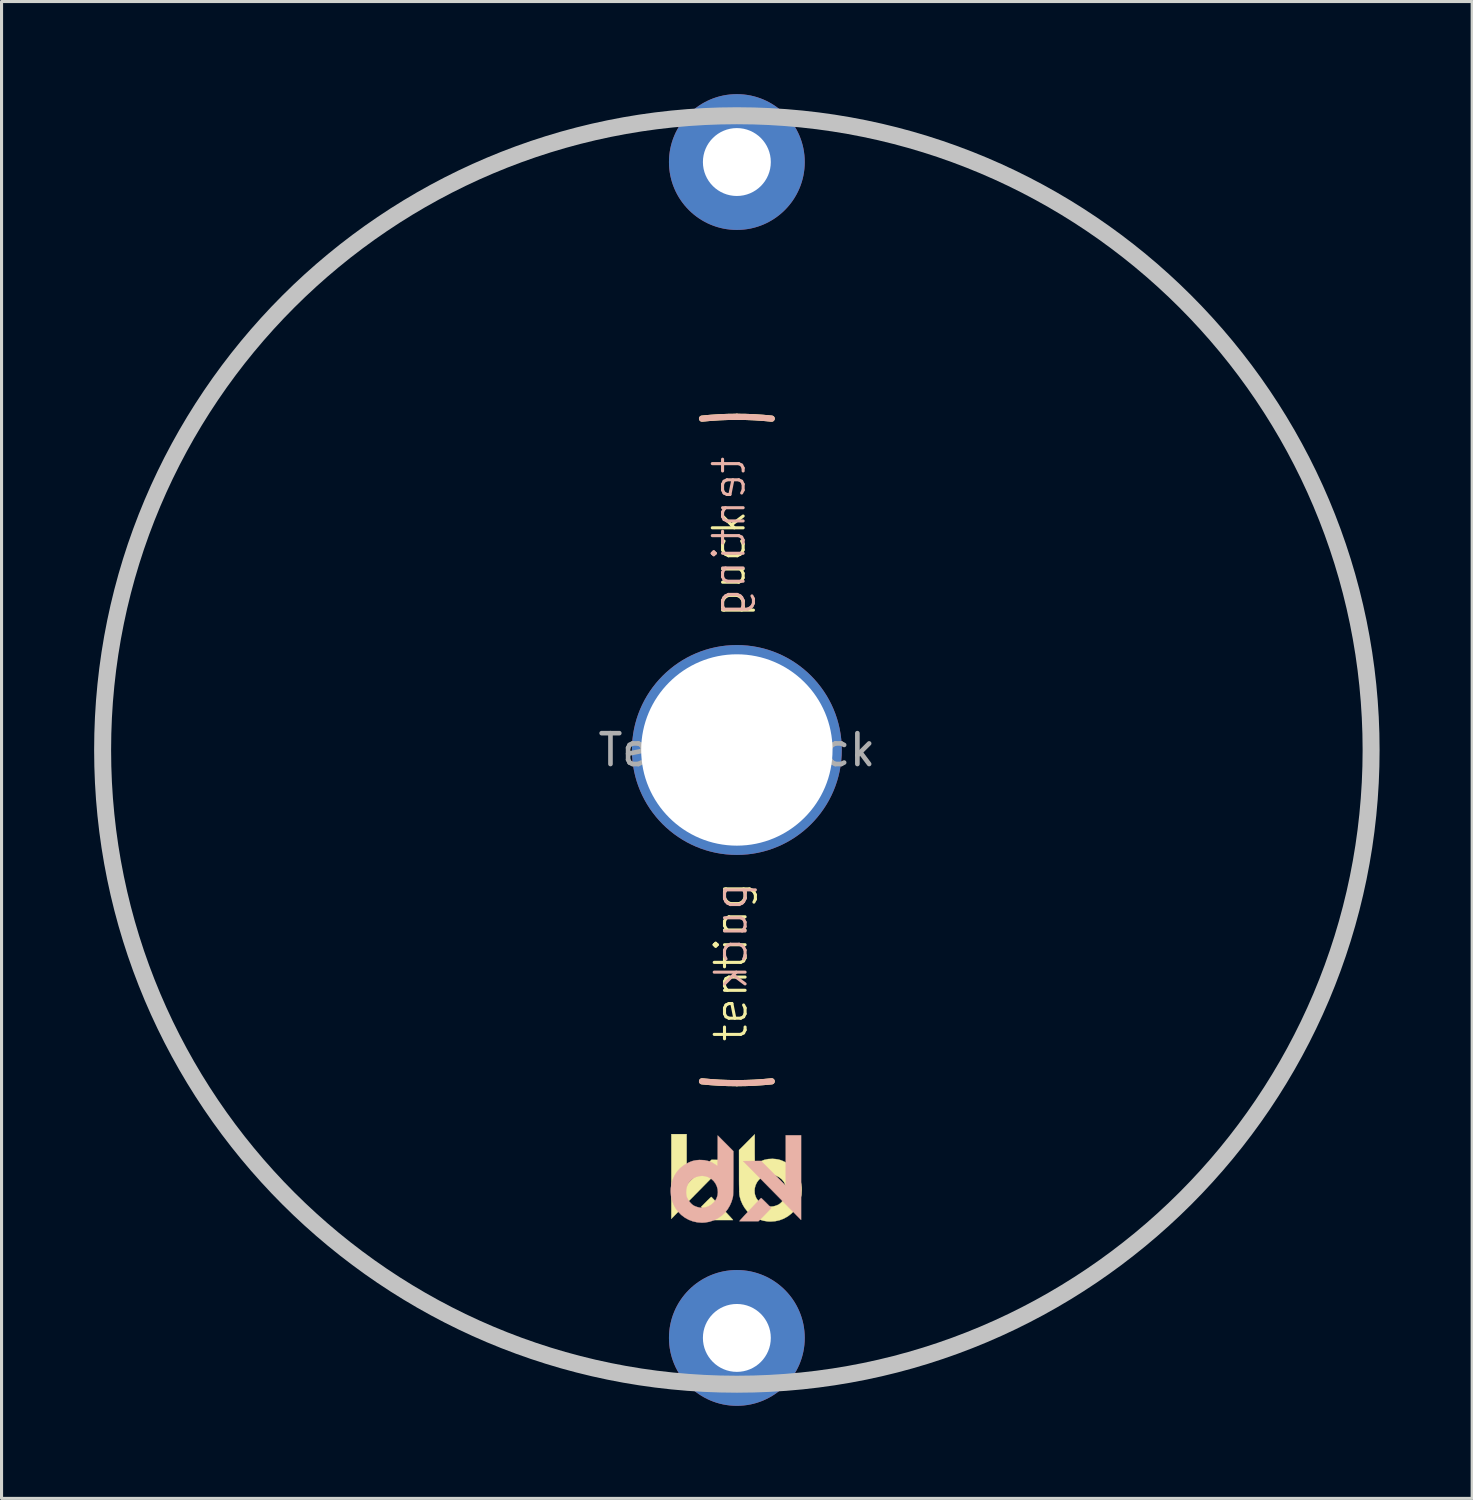
<source format=kicad_pcb>
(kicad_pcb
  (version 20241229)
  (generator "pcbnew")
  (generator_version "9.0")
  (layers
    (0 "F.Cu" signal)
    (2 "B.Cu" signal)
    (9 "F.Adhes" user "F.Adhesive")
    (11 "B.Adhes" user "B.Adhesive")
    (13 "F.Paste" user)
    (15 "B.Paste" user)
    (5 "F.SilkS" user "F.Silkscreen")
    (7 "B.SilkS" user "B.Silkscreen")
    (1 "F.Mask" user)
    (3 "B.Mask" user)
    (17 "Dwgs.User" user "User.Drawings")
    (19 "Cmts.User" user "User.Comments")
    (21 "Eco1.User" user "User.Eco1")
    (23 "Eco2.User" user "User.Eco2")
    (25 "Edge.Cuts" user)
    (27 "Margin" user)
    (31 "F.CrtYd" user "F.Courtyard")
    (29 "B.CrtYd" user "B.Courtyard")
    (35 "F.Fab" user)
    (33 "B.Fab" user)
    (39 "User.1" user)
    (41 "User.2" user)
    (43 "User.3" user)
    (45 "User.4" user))
  (footprint "TentingPuck"
    (layer "F.Cu")
    (at 20.825 21.25)
    (property "Reference" "TentingPuck" (at 0 0 0) (layer "F.Fab") (effects (font (size 1 1) (thickness 0.15))))
    (attr exclude_from_pos_files exclude_from_bom)
    (fp_arc (start -20.32 -2.8575) (mid -19.91151 -4.959786) (end -19.286134 -7.008048) (stroke (width 0.2) (type solid)) (layer "F.SilkS"))
    (fp_arc (start -19.286134 7.008047) (mid -19.91151 4.959786) (end -20.32 2.8575) (stroke (width 0.2) (type solid)) (layer "F.SilkS"))
    (fp_arc (start -7.008048 -19.286134) (mid -4.959786 -19.91151) (end -2.8575 -20.32) (stroke (width 0.2) (type solid)) (layer "F.SilkS"))
    (fp_arc (start -2.8575 20.32) (mid -4.959785 19.91151) (end -7.008046 19.286135) (stroke (width 0.2) (type solid)) (layer "F.SilkS"))
    (fp_arc (start -1.128385 -10.735864) (mid -0.564967 -10.780206) (end 0 -10.795) (stroke (width 0.2) (type solid)) (layer "F.SilkS"))
    (fp_arc (start 0 -10.795) (mid 0.564967 -10.780206) (end 1.128385 -10.735864) (stroke (width 0.2) (type solid)) (layer "F.SilkS"))
    (fp_arc (start 0 10.795) (mid -0.564967 10.780206) (end -1.128385 10.735864) (stroke (width 0.2) (type solid)) (layer "F.SilkS"))
    (fp_arc (start 1.128385 10.735864) (mid 0.564967 10.780206) (end 0 10.795) (stroke (width 0.2) (type solid)) (layer "F.SilkS"))
    (fp_arc (start 2.8575 -20.32) (mid 4.959786 -19.91151) (end 7.008047 -19.286134) (stroke (width 0.2) (type solid)) (layer "F.SilkS"))
    (fp_arc (start 7.008047 19.286134) (mid 4.959786 19.91151) (end 2.8575 20.32) (stroke (width 0.2) (type solid)) (layer "F.SilkS"))
    (fp_arc (start 19.286135 -7.008045) (mid 19.91151 -4.959785) (end 20.32 -2.8575) (stroke (width 0.2) (type solid)) (layer "F.SilkS"))
    (fp_arc (start 20.32 2.8575) (mid 19.91151 4.959785) (end 19.286135 7.008046) (stroke (width 0.2) (type solid)) (layer "F.SilkS"))
    (fp_poly (pts (xy -1.627 14.082) (xy -0.824 13.279) (xy -0.535 13.282) (xy -0.247 13.285) (xy -1.094 14.145) (xy -1.212 14.265) (xy -1.327 14.382) (xy -1.437 14.494) (xy -1.542 14.6) (xy -1.64 14.7) (xy -1.731 14.791) (xy -1.811 14.874) (xy -1.882 14.945) (xy -1.941 15.005) (xy -1.987 15.052) (xy -2.019 15.084) (xy -2.032 15.098) (xy -2.123 15.19) (xy -2.123 12.448) (xy -1.627 12.448) (xy -1.627 14.082)) (stroke (width 0.01) (type solid)) (fill yes) (layer "F.SilkS"))
    (fp_poly (pts (xy -0.82 14.488) (xy -0.797 14.511) (xy -0.763 14.547) (xy -0.719 14.593) (xy -0.666 14.647) (xy -0.609 14.708) (xy -0.547 14.773) (xy -0.483 14.841) (xy -0.42 14.908) (xy -0.359 14.973) (xy -0.302 15.034) (xy -0.251 15.089) (xy -0.208 15.135) (xy -0.175 15.171) (xy -0.154 15.194) (xy -0.152 15.197) (xy -0.124 15.231) (xy -0.744 15.231) (xy -0.917 15.055) (xy -0.971 15) (xy -1.021 14.948) (xy -1.065 14.903) (xy -1.099 14.868) (xy -1.121 14.844) (xy -1.124 14.841) (xy -1.158 14.803) (xy -0.997 14.642) (xy -0.948 14.592) (xy -0.903 14.549) (xy -0.867 14.514) (xy -0.842 14.491) (xy -0.829 14.48) (xy -0.829 14.48) (xy -0.82 14.488)) (stroke (width 0.01) (type solid)) (fill yes) (layer "F.SilkS"))
    (fp_poly (pts (xy 0.578 12.948) (xy 0.578 13.052) (xy 0.579 13.149) (xy 0.58 13.236) (xy 0.581 13.31) (xy 0.582 13.37) (xy 0.583 13.413) (xy 0.585 13.437) (xy 0.586 13.441) (xy 0.598 13.435) (xy 0.623 13.419) (xy 0.647 13.401) (xy 0.762 13.331) (xy 0.884 13.282) (xy 1.014 13.254) (xy 1.153 13.247) (xy 1.171 13.248) (xy 1.261 13.255) (xy 1.337 13.267) (xy 1.409 13.286) (xy 1.484 13.315) (xy 1.554 13.348) (xy 1.682 13.423) (xy 1.795 13.515) (xy 1.892 13.622) (xy 1.972 13.743) (xy 2.033 13.874) (xy 2.076 14.016) (xy 2.099 14.167) (xy 2.102 14.256) (xy 2.092 14.409) (xy 2.061 14.553) (xy 2.008 14.693) (xy 1.95 14.8) (xy 1.865 14.92) (xy 1.763 15.025) (xy 1.648 15.113) (xy 1.521 15.184) (xy 1.385 15.236) (xy 1.241 15.268) (xy 1.093 15.279) (xy 0.993 15.275) (xy 0.848 15.25) (xy 0.707 15.204) (xy 0.574 15.138) (xy 0.452 15.054) (xy 0.343 14.954) (xy 0.335 14.944) (xy 0.254 14.84) (xy 0.184 14.722) (xy 0.129 14.596) (xy 0.092 14.469) (xy 0.083 14.423) (xy 0.08 14.394) (xy 0.078 14.344) (xy 0.076 14.294) (xy 0.573 14.294) (xy 0.583 14.391) (xy 0.614 14.485) (xy 0.642 14.539) (xy 0.709 14.628) (xy 0.789 14.699) (xy 0.878 14.751) (xy 0.975 14.784) (xy 1.076 14.797) (xy 1.18 14.789) (xy 1.253 14.769) (xy 1.296 14.753) (xy 1.337 14.736) (xy 1.353 14.728) (xy 1.398 14.697) (xy 1.448 14.651) (xy 1.496 14.595) (xy 1.537 14.537) (xy 1.559 14.498) (xy 1.579 14.454) (xy 1.591 14.415) (xy 1.599 14.373) (xy 1.603 14.318) (xy 1.603 14.313) (xy 1.6 14.205) (xy 1.577 14.107) (xy 1.534 14.014) (xy 1.516 13.985) (xy 1.451 13.908) (xy 1.372 13.845) (xy 1.283 13.8) (xy 1.186 13.772) (xy 1.085 13.763) (xy 0.984 13.773) (xy 0.885 13.803) (xy 0.871 13.81) (xy 0.783 13.863) (xy 0.709 13.931) (xy 0.65 14.011) (xy 0.607 14.101) (xy 0.581 14.196) (xy 0.573 14.294) (xy 0.076 14.294) (xy 0.076 14.274) (xy 0.074 14.185) (xy 0.072 14.078) (xy 0.071 13.955) (xy 0.071 13.818) (xy 0.071 13.668) (xy 0.071 13.656) (xy 0.07 12.964) (xy 0.578 12.454) (xy 0.578 12.948)) (stroke (width 0.01) (type solid)) (fill yes) (layer "F.SilkS"))
    (fp_arc (start -20.32 -2.8575) (mid -19.91151 -4.959784) (end -19.286136 -7.008044) (stroke (width 0.2) (type solid)) (layer "B.SilkS"))
    (fp_arc (start -19.286135 7.008046) (mid -19.91151 4.959785) (end -20.32 2.8575) (stroke (width 0.2) (type solid)) (layer "B.SilkS"))
    (fp_arc (start -7.008046 -19.286135) (mid -4.959785 -19.91151) (end -2.8575 -20.32) (stroke (width 0.2) (type solid)) (layer "B.SilkS"))
    (fp_arc (start -2.8575 20.32) (mid -4.959785 19.91151) (end -7.008045 19.286135) (stroke (width 0.2) (type solid)) (layer "B.SilkS"))
    (fp_arc (start -1.128385 -10.735864) (mid -0.564967 -10.780206) (end 0 -10.795) (stroke (width 0.2) (type solid)) (layer "B.SilkS"))
    (fp_arc (start 0 -10.795) (mid 0.564967 -10.780206) (end 1.128385 -10.735864) (stroke (width 0.2) (type solid)) (layer "B.SilkS"))
    (fp_arc (start 0 10.795) (mid -0.564967 10.780206) (end -1.128385 10.735864) (stroke (width 0.2) (type solid)) (layer "B.SilkS"))
    (fp_arc (start 1.128385 10.735864) (mid 0.564967 10.780206) (end 0 10.795) (stroke (width 0.2) (type solid)) (layer "B.SilkS"))
    (fp_arc (start 2.8575 -20.32) (mid 4.959787 -19.91151) (end 7.008049 -19.286134) (stroke (width 0.2) (type solid)) (layer "B.SilkS"))
    (fp_arc (start 7.008045 19.286135) (mid 4.959785 19.91151) (end 2.8575 20.32) (stroke (width 0.2) (type solid)) (layer "B.SilkS"))
    (fp_arc (start 19.286134 -7.008048) (mid 19.91151 -4.959786) (end 20.32 -2.8575) (stroke (width 0.2) (type solid)) (layer "B.SilkS"))
    (fp_arc (start 20.32 2.8575) (mid 19.91151 4.959786) (end 19.286134 7.008048) (stroke (width 0.2) (type solid)) (layer "B.SilkS"))
    (fp_poly (pts (xy 1.584 14.118) (xy 0.782 13.315) (xy 0.493 13.318) (xy 0.205 13.322) (xy 1.052 14.182) (xy 1.17 14.301) (xy 1.285 14.418) (xy 1.395 14.53) (xy 1.5 14.637) (xy 1.598 14.736) (xy 1.688 14.828) (xy 1.769 14.91) (xy 1.84 14.981) (xy 1.899 15.041) (xy 1.944 15.088) (xy 1.976 15.12) (xy 1.99 15.134) (xy 2.081 15.226) (xy 2.081 12.484) (xy 1.584 12.484) (xy 1.584 14.118)) (stroke (width 0.01) (type solid)) (fill yes) (layer "B.SilkS"))
    (fp_poly (pts (xy 0.778 14.525) (xy 0.755 14.547) (xy 0.721 14.583) (xy 0.676 14.629) (xy 0.624 14.684) (xy 0.566 14.745) (xy 0.505 14.81) (xy 0.441 14.877) (xy 0.378 14.944) (xy 0.316 15.009) (xy 0.259 15.07) (xy 0.208 15.125) (xy 0.166 15.172) (xy 0.133 15.207) (xy 0.112 15.231) (xy 0.11 15.233) (xy 0.082 15.267) (xy 0.702 15.267) (xy 0.875 15.091) (xy 0.929 15.036) (xy 0.979 14.985) (xy 1.023 14.939) (xy 1.057 14.904) (xy 1.079 14.88) (xy 1.082 14.877) (xy 1.116 14.839) (xy 0.955 14.678) (xy 0.905 14.628) (xy 0.861 14.585) (xy 0.825 14.55) (xy 0.799 14.527) (xy 0.787 14.517) (xy 0.787 14.516) (xy 0.778 14.525)) (stroke (width 0.01) (type solid)) (fill yes) (layer "B.SilkS"))
    (fp_poly (pts (xy -0.621 12.984) (xy -0.621 13.088) (xy -0.621 13.185) (xy -0.622 13.272) (xy -0.623 13.346) (xy -0.624 13.406) (xy -0.625 13.45) (xy -0.627 13.473) (xy -0.628 13.477) (xy -0.64 13.471) (xy -0.665 13.455) (xy -0.689 13.438) (xy -0.804 13.367) (xy -0.926 13.318) (xy -1.057 13.29) (xy -1.196 13.284) (xy -1.214 13.284) (xy -1.303 13.291) (xy -1.38 13.303) (xy -1.451 13.322) (xy -1.526 13.351) (xy -1.596 13.384) (xy -1.724 13.459) (xy -1.837 13.551) (xy -1.934 13.658) (xy -2.014 13.779) (xy -2.076 13.911) (xy -2.118 14.053) (xy -2.141 14.203) (xy -2.145 14.293) (xy -2.134 14.445) (xy -2.103 14.59) (xy -2.05 14.729) (xy -1.993 14.836) (xy -1.907 14.956) (xy -1.805 15.061) (xy -1.69 15.149) (xy -1.563 15.22) (xy -1.427 15.272) (xy -1.283 15.304) (xy -1.135 15.316) (xy -1.035 15.311) (xy -0.89 15.286) (xy -0.75 15.24) (xy -0.616 15.174) (xy -0.494 15.09) (xy -0.386 14.99) (xy -0.377 14.981) (xy -0.296 14.876) (xy -0.226 14.758) (xy -0.171 14.632) (xy -0.134 14.505) (xy -0.125 14.459) (xy -0.122 14.43) (xy -0.12 14.38) (xy -0.118 14.33) (xy -0.615 14.33) (xy -0.625 14.428) (xy -0.656 14.522) (xy -0.684 14.576) (xy -0.751 14.664) (xy -0.831 14.735) (xy -0.92 14.787) (xy -1.017 14.82) (xy -1.119 14.833) (xy -1.222 14.825) (xy -1.295 14.805) (xy -1.338 14.789) (xy -1.379 14.772) (xy -1.395 14.764) (xy -1.441 14.733) (xy -1.49 14.687) (xy -1.538 14.632) (xy -1.579 14.573) (xy -1.601 14.534) (xy -1.621 14.49) (xy -1.634 14.452) (xy -1.641 14.409) (xy -1.645 14.354) (xy -1.646 14.349) (xy -1.642 14.241) (xy -1.619 14.144) (xy -1.576 14.05) (xy -1.558 14.022) (xy -1.493 13.944) (xy -1.415 13.882) (xy -1.325 13.836) (xy -1.228 13.808) (xy -1.127 13.799) (xy -1.026 13.809) (xy -0.927 13.84) (xy -0.913 13.846) (xy -0.825 13.899) (xy -0.751 13.967) (xy -0.692 14.047) (xy -0.649 14.137) (xy -0.623 14.232) (xy -0.615 14.33) (xy -0.118 14.33) (xy -0.118 14.31) (xy -0.116 14.221) (xy -0.115 14.114) (xy -0.114 13.991) (xy -0.113 13.854) (xy -0.113 13.704) (xy -0.113 13.692) (xy -0.113 13) (xy -0.62 12.49) (xy -0.621 12.984)) (stroke (width 0.01) (type solid)) (fill yes) (layer "B.SilkS"))
    (fp_circle (center 0 0) (end 20.55 0) (stroke (width 0.55) (type solid)) (fill no) (layer "Dwgs.User"))
    (fp_text user "tenting" (at -0.191 6.858 90) (layer "F.SilkS") (effects (font (size 1 1) (thickness 0.1))))
    (fp_text user "puck" (at -0.254 -6.032 90) (layer "F.SilkS") (effects (font (size 1 1) (thickness 0.1))))
    (fp_text user "puck" (at -0.191 6.032 90) (unlocked yes) (layer "B.SilkS") (effects (font (size 1 1) (thickness 0.1)) (justify mirror)))
    (fp_text user "tenting" (at -0.254 -6.921 90) (layer "B.SilkS") (effects (font (size 1 1) (thickness 0.1)) (justify mirror)))
    (pad "" thru_hole circle (at 0 0) (size 6.8 6.8) (drill 6.2) (layers "*.Cu" "*.Mask"))
    (pad "1" thru_hole circle (at 0 -19.05) (size 4.4 4.4) (drill 2.2) (layers "*.Cu" "*.Mask"))
    (pad "1" thru_hole circle (at 0 19.05) (size 4.4 4.4) (drill 2.2) (layers "*.Cu" "*.Mask")))
  (gr_rect
    (start -3 -3)
    (end 44.65 45.5)
    (stroke (width 0.1) (type default))
    (fill no)
    (layer "Edge.Cuts")))
</source>
